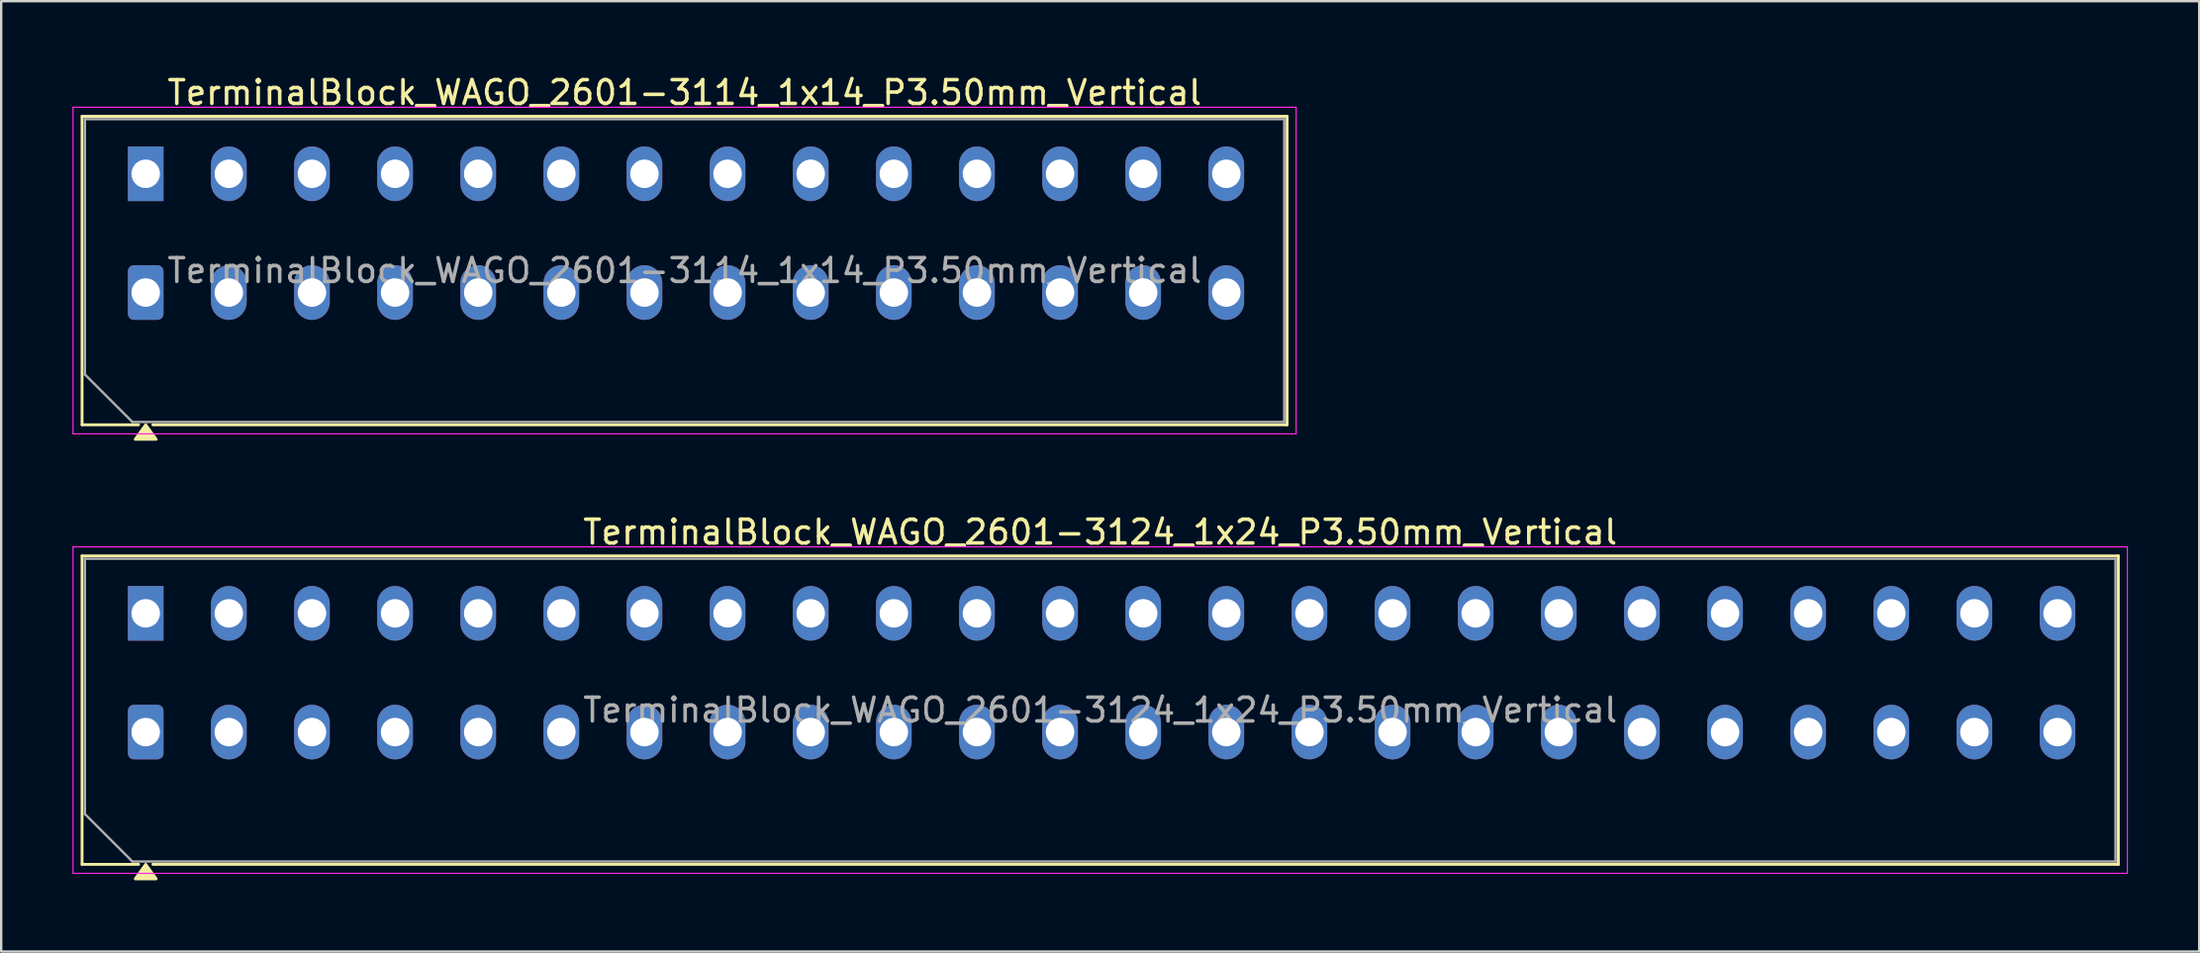
<source format=kicad_pcb>
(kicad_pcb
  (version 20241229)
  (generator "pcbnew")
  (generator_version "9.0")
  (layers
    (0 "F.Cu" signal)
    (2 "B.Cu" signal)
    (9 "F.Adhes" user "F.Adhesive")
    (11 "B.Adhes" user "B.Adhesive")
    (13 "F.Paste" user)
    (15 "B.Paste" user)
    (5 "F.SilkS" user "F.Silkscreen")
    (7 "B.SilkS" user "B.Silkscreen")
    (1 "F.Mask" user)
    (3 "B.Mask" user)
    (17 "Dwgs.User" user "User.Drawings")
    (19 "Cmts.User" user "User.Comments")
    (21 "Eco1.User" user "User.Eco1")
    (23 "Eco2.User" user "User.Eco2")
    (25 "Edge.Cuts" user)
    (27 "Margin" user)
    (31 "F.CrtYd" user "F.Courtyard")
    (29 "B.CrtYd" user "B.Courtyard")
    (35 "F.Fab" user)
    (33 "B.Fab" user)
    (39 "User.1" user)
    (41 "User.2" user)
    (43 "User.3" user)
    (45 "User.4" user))
  (footprint "TerminalBlock_WAGO_2601-3114_1x14_P3.50mm_Vertical"
    (layer "F.Cu")
    (at 3.085 9.268)
    (property "Reference" "TerminalBlock_WAGO_2601-3114_1x14_P3.50mm_Vertical" (at 22.69 -8.42 0) (layer "F.SilkS") (effects (font (size 1 1) (thickness 0.15))))
    (attr through_hole)
    (fp_line (start -2.68 -7.42) (end -2.68 5.57) (stroke (width 0.12) (type solid)) (layer "F.SilkS"))
    (fp_line (start -2.68 -7.42) (end 48.06 -7.42) (stroke (width 0.12) (type solid)) (layer "F.SilkS"))
    (fp_line (start -2.68 5.57) (end -0.3 5.57) (stroke (width 0.12) (type solid)) (layer "F.SilkS"))
    (fp_line (start 0.3 5.57) (end 48.06 5.57) (stroke (width 0.12) (type solid)) (layer "F.SilkS"))
    (fp_line (start 48.06 -7.42) (end 48.06 5.57) (stroke (width 0.12) (type solid)) (layer "F.SilkS"))
    (fp_poly (pts (xy 0 5.57) (xy 0.44 6.18) (xy -0.44 6.18)) (stroke (width 0.12) (type solid)) (fill yes) (layer "F.SilkS"))
    (fp_line (start -3.06 -7.8) (end -3.06 5.95) (stroke (width 0.05) (type solid)) (layer "F.CrtYd"))
    (fp_line (start -3.06 5.95) (end 48.44 5.95) (stroke (width 0.05) (type solid)) (layer "F.CrtYd"))
    (fp_line (start 48.44 -7.8) (end -3.06 -7.8) (stroke (width 0.05) (type solid)) (layer "F.CrtYd"))
    (fp_line (start 48.44 5.95) (end 48.44 -7.8) (stroke (width 0.05) (type solid)) (layer "F.CrtYd"))
    (fp_line (start -2.56 -7.3) (end 47.94 -7.3) (stroke (width 0.1) (type solid)) (layer "F.Fab"))
    (fp_line (start -2.56 3.45) (end -2.56 -7.3) (stroke (width 0.1) (type solid)) (layer "F.Fab"))
    (fp_line (start -0.56 5.45) (end -2.56 3.45) (stroke (width 0.1) (type solid)) (layer "F.Fab"))
    (fp_line (start 47.94 -7.3) (end 47.94 5.45) (stroke (width 0.1) (type solid)) (layer "F.Fab"))
    (fp_line (start 47.94 5.45) (end -0.56 5.45) (stroke (width 0.1) (type solid)) (layer "F.Fab"))
    (fp_text user "${REFERENCE}" (at 22.69 -0.925 0) (layer "F.Fab") (effects (font (size 1 1) (thickness 0.15))))
    (pad "1" thru_hole rect (at 0 -5) (size 1.5 2.3) (drill 1.2) (layers "*.Cu" "*.Mask"))
    (pad "1" thru_hole roundrect (at 0 0) (size 1.5 2.3) (drill 1.2) (layers "*.Cu" "*.Mask") (roundrect_rratio 0.167))
    (pad "2" thru_hole oval (at 3.5 -5) (size 1.5 2.3) (drill 1.2) (layers "*.Cu" "*.Mask"))
    (pad "2" thru_hole oval (at 3.5 0) (size 1.5 2.3) (drill 1.2) (layers "*.Cu" "*.Mask"))
    (pad "3" thru_hole oval (at 7 -5) (size 1.5 2.3) (drill 1.2) (layers "*.Cu" "*.Mask"))
    (pad "3" thru_hole oval (at 7 0) (size 1.5 2.3) (drill 1.2) (layers "*.Cu" "*.Mask"))
    (pad "4" thru_hole oval (at 10.5 -5) (size 1.5 2.3) (drill 1.2) (layers "*.Cu" "*.Mask"))
    (pad "4" thru_hole oval (at 10.5 0) (size 1.5 2.3) (drill 1.2) (layers "*.Cu" "*.Mask"))
    (pad "5" thru_hole oval (at 14 -5) (size 1.5 2.3) (drill 1.2) (layers "*.Cu" "*.Mask"))
    (pad "5" thru_hole oval (at 14 0) (size 1.5 2.3) (drill 1.2) (layers "*.Cu" "*.Mask"))
    (pad "6" thru_hole oval (at 17.5 -5) (size 1.5 2.3) (drill 1.2) (layers "*.Cu" "*.Mask"))
    (pad "6" thru_hole oval (at 17.5 0) (size 1.5 2.3) (drill 1.2) (layers "*.Cu" "*.Mask"))
    (pad "7" thru_hole oval (at 21 -5) (size 1.5 2.3) (drill 1.2) (layers "*.Cu" "*.Mask"))
    (pad "7" thru_hole oval (at 21 0) (size 1.5 2.3) (drill 1.2) (layers "*.Cu" "*.Mask"))
    (pad "8" thru_hole oval (at 24.5 -5) (size 1.5 2.3) (drill 1.2) (layers "*.Cu" "*.Mask"))
    (pad "8" thru_hole oval (at 24.5 0) (size 1.5 2.3) (drill 1.2) (layers "*.Cu" "*.Mask"))
    (pad "9" thru_hole oval (at 28 -5) (size 1.5 2.3) (drill 1.2) (layers "*.Cu" "*.Mask"))
    (pad "9" thru_hole oval (at 28 0) (size 1.5 2.3) (drill 1.2) (layers "*.Cu" "*.Mask"))
    (pad "10" thru_hole oval (at 31.5 -5) (size 1.5 2.3) (drill 1.2) (layers "*.Cu" "*.Mask"))
    (pad "10" thru_hole oval (at 31.5 0) (size 1.5 2.3) (drill 1.2) (layers "*.Cu" "*.Mask"))
    (pad "11" thru_hole oval (at 35 -5) (size 1.5 2.3) (drill 1.2) (layers "*.Cu" "*.Mask"))
    (pad "11" thru_hole oval (at 35 0) (size 1.5 2.3) (drill 1.2) (layers "*.Cu" "*.Mask"))
    (pad "12" thru_hole oval (at 38.5 -5) (size 1.5 2.3) (drill 1.2) (layers "*.Cu" "*.Mask"))
    (pad "12" thru_hole oval (at 38.5 0) (size 1.5 2.3) (drill 1.2) (layers "*.Cu" "*.Mask"))
    (pad "13" thru_hole oval (at 42 -5) (size 1.5 2.3) (drill 1.2) (layers "*.Cu" "*.Mask"))
    (pad "13" thru_hole oval (at 42 0) (size 1.5 2.3) (drill 1.2) (layers "*.Cu" "*.Mask"))
    (pad "14" thru_hole oval (at 45.5 -5) (size 1.5 2.3) (drill 1.2) (layers "*.Cu" "*.Mask"))
    (pad "14" thru_hole oval (at 45.5 0) (size 1.5 2.3) (drill 1.2) (layers "*.Cu" "*.Mask")))
  (footprint "TerminalBlock_WAGO_2601-3124_1x24_P3.50mm_Vertical"
    (layer "F.Cu")
    (at 3.085 27.776)
    (property "Reference" "TerminalBlock_WAGO_2601-3124_1x24_P3.50mm_Vertical" (at 40.19 -8.42 0) (layer "F.SilkS") (effects (font (size 1 1) (thickness 0.15))))
    (attr through_hole)
    (fp_line (start -2.68 -7.42) (end -2.68 5.57) (stroke (width 0.12) (type solid)) (layer "F.SilkS"))
    (fp_line (start -2.68 -7.42) (end 83.06 -7.42) (stroke (width 0.12) (type solid)) (layer "F.SilkS"))
    (fp_line (start -2.68 5.57) (end -0.3 5.57) (stroke (width 0.12) (type solid)) (layer "F.SilkS"))
    (fp_line (start 0.3 5.57) (end 83.06 5.57) (stroke (width 0.12) (type solid)) (layer "F.SilkS"))
    (fp_line (start 83.06 -7.42) (end 83.06 5.57) (stroke (width 0.12) (type solid)) (layer "F.SilkS"))
    (fp_poly (pts (xy 0 5.57) (xy 0.44 6.18) (xy -0.44 6.18)) (stroke (width 0.12) (type solid)) (fill yes) (layer "F.SilkS"))
    (fp_line (start -3.06 -7.8) (end -3.06 5.95) (stroke (width 0.05) (type solid)) (layer "F.CrtYd"))
    (fp_line (start -3.06 5.95) (end 83.44 5.95) (stroke (width 0.05) (type solid)) (layer "F.CrtYd"))
    (fp_line (start 83.44 -7.8) (end -3.06 -7.8) (stroke (width 0.05) (type solid)) (layer "F.CrtYd"))
    (fp_line (start 83.44 5.95) (end 83.44 -7.8) (stroke (width 0.05) (type solid)) (layer "F.CrtYd"))
    (fp_line (start -2.56 -7.3) (end 82.94 -7.3) (stroke (width 0.1) (type solid)) (layer "F.Fab"))
    (fp_line (start -2.56 3.45) (end -2.56 -7.3) (stroke (width 0.1) (type solid)) (layer "F.Fab"))
    (fp_line (start -0.56 5.45) (end -2.56 3.45) (stroke (width 0.1) (type solid)) (layer "F.Fab"))
    (fp_line (start 82.94 -7.3) (end 82.94 5.45) (stroke (width 0.1) (type solid)) (layer "F.Fab"))
    (fp_line (start 82.94 5.45) (end -0.56 5.45) (stroke (width 0.1) (type solid)) (layer "F.Fab"))
    (fp_text user "${REFERENCE}" (at 40.19 -0.925 0) (layer "F.Fab") (effects (font (size 1 1) (thickness 0.15))))
    (pad "1" thru_hole rect (at 0 -5) (size 1.5 2.3) (drill 1.2) (layers "*.Cu" "*.Mask"))
    (pad "1" thru_hole roundrect (at 0 0) (size 1.5 2.3) (drill 1.2) (layers "*.Cu" "*.Mask") (roundrect_rratio 0.167))
    (pad "2" thru_hole oval (at 3.5 -5) (size 1.5 2.3) (drill 1.2) (layers "*.Cu" "*.Mask"))
    (pad "2" thru_hole oval (at 3.5 0) (size 1.5 2.3) (drill 1.2) (layers "*.Cu" "*.Mask"))
    (pad "3" thru_hole oval (at 7 -5) (size 1.5 2.3) (drill 1.2) (layers "*.Cu" "*.Mask"))
    (pad "3" thru_hole oval (at 7 0) (size 1.5 2.3) (drill 1.2) (layers "*.Cu" "*.Mask"))
    (pad "4" thru_hole oval (at 10.5 -5) (size 1.5 2.3) (drill 1.2) (layers "*.Cu" "*.Mask"))
    (pad "4" thru_hole oval (at 10.5 0) (size 1.5 2.3) (drill 1.2) (layers "*.Cu" "*.Mask"))
    (pad "5" thru_hole oval (at 14 -5) (size 1.5 2.3) (drill 1.2) (layers "*.Cu" "*.Mask"))
    (pad "5" thru_hole oval (at 14 0) (size 1.5 2.3) (drill 1.2) (layers "*.Cu" "*.Mask"))
    (pad "6" thru_hole oval (at 17.5 -5) (size 1.5 2.3) (drill 1.2) (layers "*.Cu" "*.Mask"))
    (pad "6" thru_hole oval (at 17.5 0) (size 1.5 2.3) (drill 1.2) (layers "*.Cu" "*.Mask"))
    (pad "7" thru_hole oval (at 21 -5) (size 1.5 2.3) (drill 1.2) (layers "*.Cu" "*.Mask"))
    (pad "7" thru_hole oval (at 21 0) (size 1.5 2.3) (drill 1.2) (layers "*.Cu" "*.Mask"))
    (pad "8" thru_hole oval (at 24.5 -5) (size 1.5 2.3) (drill 1.2) (layers "*.Cu" "*.Mask"))
    (pad "8" thru_hole oval (at 24.5 0) (size 1.5 2.3) (drill 1.2) (layers "*.Cu" "*.Mask"))
    (pad "9" thru_hole oval (at 28 -5) (size 1.5 2.3) (drill 1.2) (layers "*.Cu" "*.Mask"))
    (pad "9" thru_hole oval (at 28 0) (size 1.5 2.3) (drill 1.2) (layers "*.Cu" "*.Mask"))
    (pad "10" thru_hole oval (at 31.5 -5) (size 1.5 2.3) (drill 1.2) (layers "*.Cu" "*.Mask"))
    (pad "10" thru_hole oval (at 31.5 0) (size 1.5 2.3) (drill 1.2) (layers "*.Cu" "*.Mask"))
    (pad "11" thru_hole oval (at 35 -5) (size 1.5 2.3) (drill 1.2) (layers "*.Cu" "*.Mask"))
    (pad "11" thru_hole oval (at 35 0) (size 1.5 2.3) (drill 1.2) (layers "*.Cu" "*.Mask"))
    (pad "12" thru_hole oval (at 38.5 -5) (size 1.5 2.3) (drill 1.2) (layers "*.Cu" "*.Mask"))
    (pad "12" thru_hole oval (at 38.5 0) (size 1.5 2.3) (drill 1.2) (layers "*.Cu" "*.Mask"))
    (pad "13" thru_hole oval (at 42 -5) (size 1.5 2.3) (drill 1.2) (layers "*.Cu" "*.Mask"))
    (pad "13" thru_hole oval (at 42 0) (size 1.5 2.3) (drill 1.2) (layers "*.Cu" "*.Mask"))
    (pad "14" thru_hole oval (at 45.5 -5) (size 1.5 2.3) (drill 1.2) (layers "*.Cu" "*.Mask"))
    (pad "14" thru_hole oval (at 45.5 0) (size 1.5 2.3) (drill 1.2) (layers "*.Cu" "*.Mask"))
    (pad "15" thru_hole oval (at 49 -5) (size 1.5 2.3) (drill 1.2) (layers "*.Cu" "*.Mask"))
    (pad "15" thru_hole oval (at 49 0) (size 1.5 2.3) (drill 1.2) (layers "*.Cu" "*.Mask"))
    (pad "16" thru_hole oval (at 52.5 -5) (size 1.5 2.3) (drill 1.2) (layers "*.Cu" "*.Mask"))
    (pad "16" thru_hole oval (at 52.5 0) (size 1.5 2.3) (drill 1.2) (layers "*.Cu" "*.Mask"))
    (pad "17" thru_hole oval (at 56 -5) (size 1.5 2.3) (drill 1.2) (layers "*.Cu" "*.Mask"))
    (pad "17" thru_hole oval (at 56 0) (size 1.5 2.3) (drill 1.2) (layers "*.Cu" "*.Mask"))
    (pad "18" thru_hole oval (at 59.5 -5) (size 1.5 2.3) (drill 1.2) (layers "*.Cu" "*.Mask"))
    (pad "18" thru_hole oval (at 59.5 0) (size 1.5 2.3) (drill 1.2) (layers "*.Cu" "*.Mask"))
    (pad "19" thru_hole oval (at 63 -5) (size 1.5 2.3) (drill 1.2) (layers "*.Cu" "*.Mask"))
    (pad "19" thru_hole oval (at 63 0) (size 1.5 2.3) (drill 1.2) (layers "*.Cu" "*.Mask"))
    (pad "20" thru_hole oval (at 66.5 -5) (size 1.5 2.3) (drill 1.2) (layers "*.Cu" "*.Mask"))
    (pad "20" thru_hole oval (at 66.5 0) (size 1.5 2.3) (drill 1.2) (layers "*.Cu" "*.Mask"))
    (pad "21" thru_hole oval (at 70 -5) (size 1.5 2.3) (drill 1.2) (layers "*.Cu" "*.Mask"))
    (pad "21" thru_hole oval (at 70 0) (size 1.5 2.3) (drill 1.2) (layers "*.Cu" "*.Mask"))
    (pad "22" thru_hole oval (at 73.5 -5) (size 1.5 2.3) (drill 1.2) (layers "*.Cu" "*.Mask"))
    (pad "22" thru_hole oval (at 73.5 0) (size 1.5 2.3) (drill 1.2) (layers "*.Cu" "*.Mask"))
    (pad "23" thru_hole oval (at 77 -5) (size 1.5 2.3) (drill 1.2) (layers "*.Cu" "*.Mask"))
    (pad "23" thru_hole oval (at 77 0) (size 1.5 2.3) (drill 1.2) (layers "*.Cu" "*.Mask"))
    (pad "24" thru_hole oval (at 80.5 -5) (size 1.5 2.3) (drill 1.2) (layers "*.Cu" "*.Mask"))
    (pad "24" thru_hole oval (at 80.5 0) (size 1.5 2.3) (drill 1.2) (layers "*.Cu" "*.Mask")))
  (gr_rect
    (start -3 -3)
    (end 89.55 37.017)
    (stroke (width 0.1) (type default))
    (fill no)
    (layer "Edge.Cuts")))
</source>
